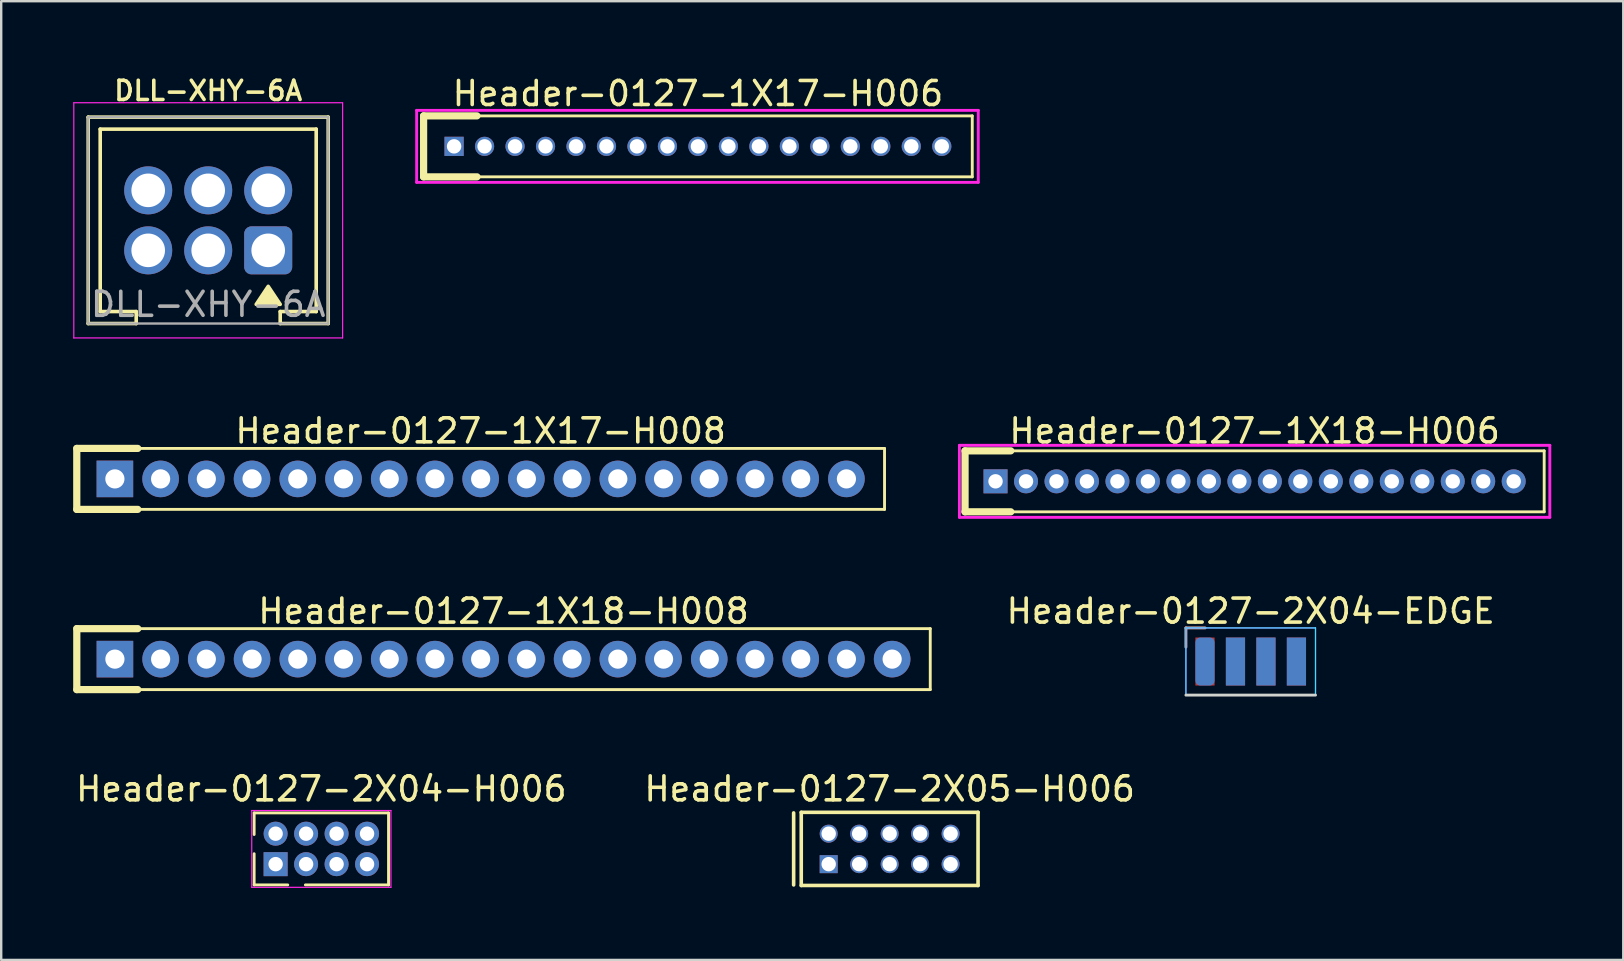
<source format=kicad_pcb>
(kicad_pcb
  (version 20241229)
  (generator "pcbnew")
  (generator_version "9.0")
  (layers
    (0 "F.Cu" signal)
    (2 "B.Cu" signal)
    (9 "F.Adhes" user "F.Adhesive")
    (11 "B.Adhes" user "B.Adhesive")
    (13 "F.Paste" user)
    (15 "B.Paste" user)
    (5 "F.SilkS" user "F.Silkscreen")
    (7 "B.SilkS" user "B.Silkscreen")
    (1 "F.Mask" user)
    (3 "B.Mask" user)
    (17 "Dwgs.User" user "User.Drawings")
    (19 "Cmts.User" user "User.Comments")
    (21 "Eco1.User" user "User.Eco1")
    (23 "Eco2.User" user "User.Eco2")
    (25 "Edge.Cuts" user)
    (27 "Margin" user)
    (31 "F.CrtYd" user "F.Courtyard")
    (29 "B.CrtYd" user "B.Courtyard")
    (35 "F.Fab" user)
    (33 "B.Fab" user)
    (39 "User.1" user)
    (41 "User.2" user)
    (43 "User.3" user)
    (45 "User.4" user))
  (footprint "Header-0127-2X05-H006"
    (layer "F.Cu")
    (at 34.018 32.321)
    (property "Reference" "Header-0127-2X05-H006" (at 0 -2.5 0) (layer "F.SilkS") (effects (font (size 1 1) (thickness 0.15))))
    (attr through_hole)
    (fp_line (start -4 -1.5) (end -4 1.5) (stroke (width 0.15) (type solid)) (layer "F.SilkS"))
    (fp_line (start -3.683 -1.524) (end 3.683 -1.524) (stroke (width 0.15) (type solid)) (layer "F.SilkS"))
    (fp_line (start -3.683 1.524) (end -3.683 -1.524) (stroke (width 0.15) (type solid)) (layer "F.SilkS"))
    (fp_line (start 3.683 -1.524) (end 3.683 1.524) (stroke (width 0.15) (type solid)) (layer "F.SilkS"))
    (fp_line (start 3.683 1.524) (end -3.683 1.524) (stroke (width 0.15) (type solid)) (layer "F.SilkS"))
    (pad "1" thru_hole rect (at -2.54 0.635) (size 0.75 0.75) (drill 0.6) (layers "*.Cu" "*.Mask"))
    (pad "2" thru_hole circle (at -2.54 -0.635) (size 0.75 0.75) (drill 0.6) (layers "*.Cu" "*.Mask"))
    (pad "3" thru_hole circle (at -1.27 0.635) (size 0.75 0.75) (drill 0.6) (layers "*.Cu" "*.Mask"))
    (pad "4" thru_hole circle (at -1.27 -0.635) (size 0.75 0.75) (drill 0.6) (layers "*.Cu" "*.Mask"))
    (pad "5" thru_hole circle (at 0 0.635) (size 0.75 0.75) (drill 0.6) (layers "*.Cu" "*.Mask"))
    (pad "6" thru_hole circle (at 0 -0.635) (size 0.75 0.75) (drill 0.6) (layers "*.Cu" "*.Mask"))
    (pad "7" thru_hole circle (at 1.27 0.635) (size 0.75 0.75) (drill 0.6) (layers "*.Cu" "*.Mask"))
    (pad "8" thru_hole circle (at 1.27 -0.635) (size 0.75 0.75) (drill 0.6) (layers "*.Cu" "*.Mask"))
    (pad "9" thru_hole circle (at 2.54 0.635) (size 0.75 0.75) (drill 0.6) (layers "*.Cu" "*.Mask"))
    (pad "10" thru_hole circle (at 2.54 -0.635) (size 0.75 0.75) (drill 0.6) (layers "*.Cu" "*.Mask")))
  (footprint "Header-0127-2X04-H006"
    (layer "F.Cu")
    (at 10.339 32.321)
    (property "Reference" "Header-0127-2X04-H006" (at 0 -2.5 0) (layer "F.SilkS") (effects (font (size 1 1) (thickness 0.15))))
    (attr through_hole)
    (fp_line (start -2.8 -1.5) (end -2.8 -0.6) (stroke (width 0.12) (type solid)) (layer "F.SilkS"))
    (fp_line (start -2.8 -1.5) (end 2.8 -1.5) (stroke (width 0.12) (type solid)) (layer "F.SilkS"))
    (fp_line (start -2.8 1.5) (end -2.8 0.2) (stroke (width 0.12) (type solid)) (layer "F.SilkS"))
    (fp_line (start -2.8 1.5) (end -1.4 1.5) (stroke (width 0.12) (type solid)) (layer "F.SilkS"))
    (fp_line (start 2.8 -1.5) (end 2.8 1.5) (stroke (width 0.12) (type solid)) (layer "F.SilkS"))
    (fp_line (start 2.8 1.5) (end -0.665 1.5) (stroke (width 0.12) (type solid)) (layer "F.SilkS"))
    (fp_line (start -2.9 -1.6) (end 2.9 -1.6) (stroke (width 0.05) (type solid)) (layer "F.CrtYd"))
    (fp_line (start -2.9 1.6) (end -2.9 -1.6) (stroke (width 0.05) (type solid)) (layer "F.CrtYd"))
    (fp_line (start 2.9 -1.6) (end 2.9 1.6) (stroke (width 0.05) (type solid)) (layer "F.CrtYd"))
    (fp_line (start 2.9 1.6) (end -2.9 1.6) (stroke (width 0.05) (type solid)) (layer "F.CrtYd"))
    (pad "1" thru_hole rect (at -1.905 0.635) (size 1 1) (drill 0.6) (layers "*.Cu" "*.Mask"))
    (pad "2" thru_hole circle (at -1.905 -0.635) (size 1 1) (drill 0.6) (layers "*.Cu" "*.Mask"))
    (pad "3" thru_hole circle (at -0.635 0.635) (size 1 1) (drill 0.6) (layers "*.Cu" "*.Mask"))
    (pad "4" thru_hole circle (at -0.635 -0.635) (size 1 1) (drill 0.6) (layers "*.Cu" "*.Mask"))
    (pad "5" thru_hole circle (at 0.635 0.635) (size 1 1) (drill 0.6) (layers "*.Cu" "*.Mask"))
    (pad "6" thru_hole circle (at 0.635 -0.635) (size 1 1) (drill 0.6) (layers "*.Cu" "*.Mask"))
    (pad "7" thru_hole circle (at 1.905 0.635) (size 1 1) (drill 0.6) (layers "*.Cu" "*.Mask"))
    (pad "8" thru_hole circle (at 1.905 -0.635) (size 1 1) (drill 0.6) (layers "*.Cu" "*.Mask")))
  (footprint "Header-0127-2X04-EDGE"
    (layer "F.Cu")
    (at 49.062 23.413)
    (property "Reference" "Header-0127-2X04-EDGE" (at 0 -1 0) (layer "F.SilkS") (effects (font (size 1 1) (thickness 0.15))))
    (attr smd)
    (fp_line (start -2.7 -0.3) (end -2.7 0.5) (stroke (width 0.12) (type solid)) (layer "B.SilkS"))
    (fp_line (start -1.9 -0.3) (end -2.7 -0.3) (stroke (width 0.12) (type solid)) (layer "B.SilkS"))
    (fp_line (start 2.7 2.5) (end -2.7 2.5) (stroke (width 0.12) (type solid)) (layer "Edge.Cuts"))
    (fp_line (start -2.7 -0.3) (end 2.7 -0.3) (stroke (width 0.05) (type solid)) (layer "B.CrtYd"))
    (fp_line (start -2.7 2.5) (end -2.7 -0.3) (stroke (width 0.05) (type solid)) (layer "B.CrtYd"))
    (fp_line (start 2.7 -0.3) (end 2.7 2.5) (stroke (width 0.05) (type solid)) (layer "B.CrtYd"))
    (fp_line (start 2.7 2.5) (end -2.7 2.5) (stroke (width 0.05) (type solid)) (layer "B.CrtYd"))
    (fp_line (start -2.7 -0.3) (end 2.7 -0.3) (stroke (width 0.05) (type solid)) (layer "F.CrtYd"))
    (fp_line (start -2.7 2.5) (end -2.7 -0.3) (stroke (width 0.05) (type solid)) (layer "F.CrtYd"))
    (fp_line (start 2.7 -0.3) (end 2.7 2.5) (stroke (width 0.05) (type solid)) (layer "F.CrtYd"))
    (fp_line (start 2.7 2.5) (end -2.7 2.5) (stroke (width 0.05) (type solid)) (layer "F.CrtYd"))
    (pad "1" smd roundrect (at -1.905 1.1) (size 0.8 2) (layers "B.Cu" "B.Mask" "B.Paste") (roundrect_rratio 0.25))
    (pad "2" smd rect (at -1.905 1.1) (size 0.8 2) (layers "F.Cu" "F.Mask" "F.Paste"))
    (pad "3" smd rect (at -0.635 1.1) (size 0.8 2) (layers "B.Cu" "B.Mask" "B.Paste"))
    (pad "4" smd rect (at -0.635 1.1) (size 0.8 2) (layers "F.Cu" "F.Mask" "F.Paste"))
    (pad "5" smd rect (at 0.635 1.1) (size 0.8 2) (layers "B.Cu" "B.Mask" "B.Paste"))
    (pad "6" smd rect (at 0.635 1.1) (size 0.8 2) (layers "F.Cu" "F.Mask" "F.Paste"))
    (pad "7" smd rect (at 1.905 1.1) (size 0.8 2) (layers "B.Cu" "B.Mask" "B.Paste"))
    (pad "8" smd rect (at 1.905 1.1) (size 0.8 2) (layers "F.Cu" "F.Mask" "F.Paste")))
  (footprint "DLL-XHY-6A"
    (layer "F.Cu")
    (at 5.625 6.131)
    (property "Reference" "DLL-XHY-6A" (at 0 -5.4 0) (unlocked yes) (layer "F.SilkS") (effects (font (size 0.8 0.8) (thickness 0.15))))
    (attr through_hole)
    (fp_line (start -5 4.3) (end -5 -4.3) (stroke (width 0.15) (type solid)) (layer "F.SilkS"))
    (fp_line (start -5 4.3) (end -3 4.3) (stroke (width 0.15) (type default)) (layer "F.SilkS"))
    (fp_line (start -4.5 -3.8) (end 4.5 -3.8) (stroke (width 0.15) (type default)) (layer "F.SilkS"))
    (fp_line (start -4.5 3.8) (end -4.5 -3.8) (stroke (width 0.15) (type solid)) (layer "F.SilkS"))
    (fp_line (start -3 3.8) (end -4.5 3.8) (stroke (width 0.15) (type default)) (layer "F.SilkS"))
    (fp_line (start -3 4.3) (end -3 3.8) (stroke (width 0.15) (type solid)) (layer "F.SilkS"))
    (fp_line (start 3 4.3) (end 3 3.8) (stroke (width 0.15) (type solid)) (layer "F.SilkS"))
    (fp_line (start 3 4.3) (end 5 4.3) (stroke (width 0.15) (type default)) (layer "F.SilkS"))
    (fp_line (start 4.5 3.8) (end 3 3.8) (stroke (width 0.15) (type default)) (layer "F.SilkS"))
    (fp_line (start 4.5 3.8) (end 4.5 -3.8) (stroke (width 0.15) (type solid)) (layer "F.SilkS"))
    (fp_line (start 5 -4.3) (end -5 -4.3) (stroke (width 0.15) (type default)) (layer "F.SilkS"))
    (fp_line (start 5 4.3) (end 5 -4.3) (stroke (width 0.15) (type solid)) (layer "F.SilkS"))
    (fp_poly (pts (xy 3 3.5) (xy 2.5 2.75) (xy 2 3.5)) (stroke (width 0.15) (type solid)) (fill yes) (layer "F.SilkS"))
    (fp_line (start -5.6 -4.9) (end -5.6 4.9) (stroke (width 0.05) (type default)) (layer "F.CrtYd"))
    (fp_line (start -5.6 4.9) (end 5.6 4.9) (stroke (width 0.05) (type default)) (layer "F.CrtYd"))
    (fp_line (start 5.6 -4.9) (end -5.6 -4.9) (stroke (width 0.05) (type default)) (layer "F.CrtYd"))
    (fp_line (start 5.6 4.9) (end 5.6 -4.9) (stroke (width 0.05) (type default)) (layer "F.CrtYd"))
    (fp_line (start -5 4.3) (end -5 -4.3) (stroke (width 0.1) (type solid)) (layer "F.Fab"))
    (fp_line (start -5 4.3) (end 5 4.3) (stroke (width 0.1) (type default)) (layer "F.Fab"))
    (fp_line (start 5 -4.3) (end -5 -4.3) (stroke (width 0.1) (type default)) (layer "F.Fab"))
    (fp_line (start 5 4.3) (end 5 -4.3) (stroke (width 0.1) (type solid)) (layer "F.Fab"))
    (fp_text user "${REFERENCE}" (at 0 3.5 0) (unlocked yes) (layer "F.Fab") (effects (font (size 1 1) (thickness 0.15))))
    (pad "1" thru_hole roundrect (at 2.5 1.25) (size 2 2) (drill 1.4) (layers "*.Cu" "*.Mask") (roundrect_rratio 0.15))
    (pad "2" thru_hole circle (at 2.5 -1.25) (size 2 2) (drill 1.4) (layers "*.Cu" "*.Mask"))
    (pad "3" thru_hole circle (at 0 1.25) (size 2 2) (drill 1.4) (layers "*.Cu" "*.Mask"))
    (pad "4" thru_hole circle (at 0 -1.25) (size 2 2) (drill 1.4) (layers "*.Cu" "*.Mask"))
    (pad "5" thru_hole circle (at -2.5 1.25) (size 2 2) (drill 1.4) (layers "*.Cu" "*.Mask"))
    (pad "6" thru_hole circle (at -2.5 -1.25) (size 2 2) (drill 1.4) (layers "*.Cu" "*.Mask")))
  (footprint "Header-0127-1X17-H008"
    (layer "F.Cu")
    (at 16.977 16.904)
    (property "Reference" "Header-0127-1X17-H008" (at 0 -2 0) (layer "F.SilkS") (effects (font (size 1 1) (thickness 0.15))))
    (attr through_hole)
    (fp_line (start -16.828 1.27) (end -16.828 -1.27) (stroke (width 0.3) (type solid)) (layer "F.SilkS"))
    (fp_line (start -16.828 1.27) (end -14.287 1.27) (stroke (width 0.3) (type solid)) (layer "F.SilkS"))
    (fp_line (start -14.287 -1.27) (end -16.828 -1.27) (stroke (width 0.3) (type solid)) (layer "F.SilkS"))
    (fp_line (start -14.287 -1.27) (end 16.828 -1.27) (stroke (width 0.12) (type solid)) (layer "F.SilkS"))
    (fp_line (start 16.828 -1.27) (end 16.828 1.27) (stroke (width 0.12) (type solid)) (layer "F.SilkS"))
    (fp_line (start 16.828 1.27) (end -14.287 1.27) (stroke (width 0.12) (type solid)) (layer "F.SilkS"))
    (pad "1" thru_hole rect (at -15.24 0) (size 1.524 1.524) (drill 0.8) (layers "*.Cu" "*.Mask"))
    (pad "2" thru_hole circle (at -13.335 0) (size 1.524 1.524) (drill 0.8) (layers "*.Cu" "*.Mask"))
    (pad "3" thru_hole circle (at -11.43 0) (size 1.524 1.524) (drill 0.8) (layers "*.Cu" "*.Mask"))
    (pad "4" thru_hole circle (at -9.525 0) (size 1.524 1.524) (drill 0.8) (layers "*.Cu" "*.Mask"))
    (pad "5" thru_hole circle (at -7.62 0) (size 1.524 1.524) (drill 0.8) (layers "*.Cu" "*.Mask"))
    (pad "6" thru_hole circle (at -5.715 0) (size 1.524 1.524) (drill 0.8) (layers "*.Cu" "*.Mask"))
    (pad "7" thru_hole circle (at -3.81 0) (size 1.524 1.524) (drill 0.8) (layers "*.Cu" "*.Mask"))
    (pad "8" thru_hole circle (at -1.905 0) (size 1.524 1.524) (drill 0.8) (layers "*.Cu" "*.Mask"))
    (pad "9" thru_hole circle (at 0 0) (size 1.524 1.524) (drill 0.8) (layers "*.Cu" "*.Mask"))
    (pad "10" thru_hole circle (at 1.905 0) (size 1.524 1.524) (drill 0.8) (layers "*.Cu" "*.Mask"))
    (pad "11" thru_hole circle (at 3.81 0) (size 1.524 1.524) (drill 0.8) (layers "*.Cu" "*.Mask"))
    (pad "12" thru_hole circle (at 5.715 0) (size 1.524 1.524) (drill 0.8) (layers "*.Cu" "*.Mask"))
    (pad "13" thru_hole circle (at 7.62 0) (size 1.524 1.524) (drill 0.8) (layers "*.Cu" "*.Mask"))
    (pad "14" thru_hole circle (at 9.525 0) (size 1.524 1.524) (drill 0.8) (layers "*.Cu" "*.Mask"))
    (pad "15" thru_hole circle (at 11.43 0) (size 1.524 1.524) (drill 0.8) (layers "*.Cu" "*.Mask"))
    (pad "16" thru_hole circle (at 13.335 0) (size 1.524 1.524) (drill 0.8) (layers "*.Cu" "*.Mask"))
    (pad "17" thru_hole circle (at 15.24 0) (size 1.524 1.524) (drill 0.8) (layers "*.Cu" "*.Mask")))
  (footprint "Header-0127-1X18-H006"
    (layer "F.Cu")
    (at 49.225 17.005)
    (property "Reference" "Header-0127-1X18-H006" (at 0 -2.1 0) (layer "F.SilkS") (effects (font (size 1 1) (thickness 0.15))))
    (attr through_hole)
    (fp_line (start -12.065 1.27) (end -12.065 -1.27) (stroke (width 0.3) (type solid)) (layer "F.SilkS"))
    (fp_line (start -12.065 1.27) (end -10.16 1.27) (stroke (width 0.3) (type solid)) (layer "F.SilkS"))
    (fp_line (start -10.16 -1.27) (end -12.065 -1.27) (stroke (width 0.3) (type solid)) (layer "F.SilkS"))
    (fp_line (start -10.16 1.27) (end 12.065 1.27) (stroke (width 0.12) (type solid)) (layer "F.SilkS"))
    (fp_line (start 12.065 -1.27) (end -10.16 -1.27) (stroke (width 0.12) (type solid)) (layer "F.SilkS"))
    (fp_line (start 12.065 -1.27) (end 12.065 1.27) (stroke (width 0.12) (type solid)) (layer "F.SilkS"))
    (fp_line (start -12.3 -1.5) (end 12.3 -1.5) (stroke (width 0.12) (type solid)) (layer "F.CrtYd"))
    (fp_line (start -12.3 1.5) (end -12.3 -1.5) (stroke (width 0.12) (type solid)) (layer "F.CrtYd"))
    (fp_line (start 12.3 -1.5) (end 12.3 1.5) (stroke (width 0.12) (type solid)) (layer "F.CrtYd"))
    (fp_line (start 12.3 1.5) (end -12.3 1.5) (stroke (width 0.12) (type solid)) (layer "F.CrtYd"))
    (pad "1" thru_hole rect (at -10.795 0) (size 1 1) (drill 0.6) (layers "*.Cu" "*.Mask"))
    (pad "2" thru_hole circle (at -9.525 0) (size 1 1) (drill 0.6) (layers "*.Cu" "*.Mask"))
    (pad "3" thru_hole circle (at -8.255 0) (size 1 1) (drill 0.6) (layers "*.Cu" "*.Mask"))
    (pad "4" thru_hole circle (at -6.985 0) (size 1 1) (drill 0.6) (layers "*.Cu" "*.Mask"))
    (pad "5" thru_hole circle (at -5.715 0) (size 1 1) (drill 0.6) (layers "*.Cu" "*.Mask"))
    (pad "6" thru_hole circle (at -4.445 0) (size 1 1) (drill 0.6) (layers "*.Cu" "*.Mask"))
    (pad "7" thru_hole circle (at -3.175 0) (size 1 1) (drill 0.6) (layers "*.Cu" "*.Mask"))
    (pad "8" thru_hole circle (at -1.905 0) (size 1 1) (drill 0.6) (layers "*.Cu" "*.Mask"))
    (pad "9" thru_hole circle (at -0.635 0) (size 1 1) (drill 0.6) (layers "*.Cu" "*.Mask"))
    (pad "10" thru_hole circle (at 0.635 0) (size 1 1) (drill 0.6) (layers "*.Cu" "*.Mask"))
    (pad "11" thru_hole circle (at 1.905 0) (size 1 1) (drill 0.6) (layers "*.Cu" "*.Mask"))
    (pad "12" thru_hole circle (at 3.175 0) (size 1 1) (drill 0.6) (layers "*.Cu" "*.Mask"))
    (pad "13" thru_hole circle (at 4.445 0) (size 1 1) (drill 0.6) (layers "*.Cu" "*.Mask"))
    (pad "14" thru_hole circle (at 5.715 0) (size 1 1) (drill 0.6) (layers "*.Cu" "*.Mask"))
    (pad "15" thru_hole circle (at 6.985 0) (size 1 1) (drill 0.6) (layers "*.Cu" "*.Mask"))
    (pad "16" thru_hole circle (at 8.255 0) (size 1 1) (drill 0.6) (layers "*.Cu" "*.Mask"))
    (pad "17" thru_hole circle (at 9.525 0) (size 1 1) (drill 0.6) (layers "*.Cu" "*.Mask"))
    (pad "18" thru_hole circle (at 10.795 0) (size 1 1) (drill 0.6) (layers "*.Cu" "*.Mask")))
  (footprint "Header-0127-1X17-H006"
    (layer "F.Cu")
    (at 26.03 3.048)
    (property "Reference" "Header-0127-1X17-H006" (at 0 -2.2 0) (layer "F.SilkS") (effects (font (size 1 1) (thickness 0.15))))
    (attr through_hole)
    (fp_line (start -11.43 1.27) (end -11.43 -1.27) (stroke (width 0.3) (type solid)) (layer "F.SilkS"))
    (fp_line (start -11.43 1.27) (end -9.207 1.27) (stroke (width 0.3) (type solid)) (layer "F.SilkS"))
    (fp_line (start -9.207 -1.27) (end -11.43 -1.27) (stroke (width 0.3) (type solid)) (layer "F.SilkS"))
    (fp_line (start -9.207 -1.27) (end 11.43 -1.27) (stroke (width 0.12) (type solid)) (layer "F.SilkS"))
    (fp_line (start 11.43 -1.27) (end 11.43 1.27) (stroke (width 0.12) (type solid)) (layer "F.SilkS"))
    (fp_line (start 11.43 1.27) (end -9.207 1.27) (stroke (width 0.12) (type solid)) (layer "F.SilkS"))
    (fp_line (start -11.72 -1.5) (end 11.68 -1.5) (stroke (width 0.12) (type solid)) (layer "F.CrtYd"))
    (fp_line (start -11.72 1.5) (end -11.72 -1.5) (stroke (width 0.12) (type solid)) (layer "F.CrtYd"))
    (fp_line (start 11.68 -1.5) (end 11.68 1.5) (stroke (width 0.12) (type solid)) (layer "F.CrtYd"))
    (fp_line (start 11.68 1.5) (end -11.72 1.5) (stroke (width 0.12) (type solid)) (layer "F.CrtYd"))
    (pad "1" thru_hole rect (at -10.16 0) (size 0.8 0.8) (drill 0.6) (layers "*.Cu" "*.Mask"))
    (pad "2" thru_hole circle (at -8.89 0) (size 0.8 0.8) (drill 0.6) (layers "*.Cu" "*.Mask"))
    (pad "3" thru_hole circle (at -7.62 0) (size 0.8 0.8) (drill 0.6) (layers "*.Cu" "*.Mask"))
    (pad "4" thru_hole circle (at -6.35 0) (size 0.8 0.8) (drill 0.6) (layers "*.Cu" "*.Mask"))
    (pad "5" thru_hole circle (at -5.08 0) (size 0.8 0.8) (drill 0.6) (layers "*.Cu" "*.Mask"))
    (pad "6" thru_hole circle (at -3.81 0) (size 0.8 0.8) (drill 0.6) (layers "*.Cu" "*.Mask"))
    (pad "7" thru_hole circle (at -2.54 0) (size 0.8 0.8) (drill 0.6) (layers "*.Cu" "*.Mask"))
    (pad "8" thru_hole circle (at -1.27 0) (size 0.8 0.8) (drill 0.6) (layers "*.Cu" "*.Mask"))
    (pad "9" thru_hole circle (at 0 0) (size 0.8 0.8) (drill 0.6) (layers "*.Cu" "*.Mask"))
    (pad "10" thru_hole circle (at 1.27 0) (size 0.8 0.8) (drill 0.6) (layers "*.Cu" "*.Mask"))
    (pad "11" thru_hole circle (at 2.54 0) (size 0.8 0.8) (drill 0.6) (layers "*.Cu" "*.Mask"))
    (pad "12" thru_hole circle (at 3.81 0) (size 0.8 0.8) (drill 0.6) (layers "*.Cu" "*.Mask"))
    (pad "13" thru_hole circle (at 5.08 0) (size 0.8 0.8) (drill 0.6) (layers "*.Cu" "*.Mask"))
    (pad "14" thru_hole circle (at 6.35 0) (size 0.8 0.8) (drill 0.6) (layers "*.Cu" "*.Mask"))
    (pad "15" thru_hole circle (at 7.62 0) (size 0.8 0.8) (drill 0.6) (layers "*.Cu" "*.Mask"))
    (pad "16" thru_hole circle (at 8.89 0) (size 0.8 0.8) (drill 0.6) (layers "*.Cu" "*.Mask"))
    (pad "17" thru_hole circle (at 10.16 0) (size 0.8 0.8) (drill 0.6) (layers "*.Cu" "*.Mask")))
  (footprint "Header-0127-1X18-H008"
    (layer "F.Cu")
    (at 17.93 24.413)
    (property "Reference" "Header-0127-1X18-H008" (at 0 -2 0) (layer "F.SilkS") (effects (font (size 1 1) (thickness 0.15))))
    (attr through_hole)
    (fp_line (start -17.78 1.27) (end -17.78 -1.27) (stroke (width 0.3) (type solid)) (layer "F.SilkS"))
    (fp_line (start -17.78 1.27) (end -15.24 1.27) (stroke (width 0.3) (type solid)) (layer "F.SilkS"))
    (fp_line (start -15.24 -1.27) (end -17.78 -1.27) (stroke (width 0.3) (type solid)) (layer "F.SilkS"))
    (fp_line (start -15.24 -1.27) (end 17.78 -1.27) (stroke (width 0.12) (type solid)) (layer "F.SilkS"))
    (fp_line (start 17.78 -1.27) (end 17.78 1.27) (stroke (width 0.12) (type solid)) (layer "F.SilkS"))
    (fp_line (start 17.78 1.27) (end -15.24 1.27) (stroke (width 0.12) (type solid)) (layer "F.SilkS"))
    (pad "1" thru_hole rect (at -16.192 0) (size 1.524 1.524) (drill 0.8) (layers "*.Cu" "*.Mask"))
    (pad "2" thru_hole circle (at -14.287 0) (size 1.524 1.524) (drill 0.8) (layers "*.Cu" "*.Mask"))
    (pad "3" thru_hole circle (at -12.383 0) (size 1.524 1.524) (drill 0.8) (layers "*.Cu" "*.Mask"))
    (pad "4" thru_hole circle (at -10.477 0) (size 1.524 1.524) (drill 0.8) (layers "*.Cu" "*.Mask"))
    (pad "5" thru_hole circle (at -8.572 0) (size 1.524 1.524) (drill 0.8) (layers "*.Cu" "*.Mask"))
    (pad "6" thru_hole circle (at -6.668 0) (size 1.524 1.524) (drill 0.8) (layers "*.Cu" "*.Mask"))
    (pad "7" thru_hole circle (at -4.763 0) (size 1.524 1.524) (drill 0.8) (layers "*.Cu" "*.Mask"))
    (pad "8" thru_hole circle (at -2.857 0) (size 1.524 1.524) (drill 0.8) (layers "*.Cu" "*.Mask"))
    (pad "9" thru_hole circle (at -0.953 0) (size 1.524 1.524) (drill 0.8) (layers "*.Cu" "*.Mask"))
    (pad "10" thru_hole circle (at 0.953 0) (size 1.524 1.524) (drill 0.8) (layers "*.Cu" "*.Mask"))
    (pad "11" thru_hole circle (at 2.857 0) (size 1.524 1.524) (drill 0.8) (layers "*.Cu" "*.Mask"))
    (pad "12" thru_hole circle (at 4.763 0) (size 1.524 1.524) (drill 0.8) (layers "*.Cu" "*.Mask"))
    (pad "13" thru_hole circle (at 6.668 0) (size 1.524 1.524) (drill 0.8) (layers "*.Cu" "*.Mask"))
    (pad "14" thru_hole circle (at 8.572 0) (size 1.524 1.524) (drill 0.8) (layers "*.Cu" "*.Mask"))
    (pad "15" thru_hole circle (at 10.477 0) (size 1.524 1.524) (drill 0.8) (layers "*.Cu" "*.Mask"))
    (pad "16" thru_hole circle (at 12.383 0) (size 1.524 1.524) (drill 0.8) (layers "*.Cu" "*.Mask"))
    (pad "17" thru_hole circle (at 14.287 0) (size 1.524 1.524) (drill 0.8) (layers "*.Cu" "*.Mask"))
    (pad "18" thru_hole circle (at 16.192 0) (size 1.524 1.524) (drill 0.8) (layers "*.Cu" "*.Mask")))
  (gr_rect
    (start -3 -3)
    (end 64.585 36.946)
    (stroke (width 0.1) (type default))
    (fill no)
    (layer "Edge.Cuts")))
</source>
